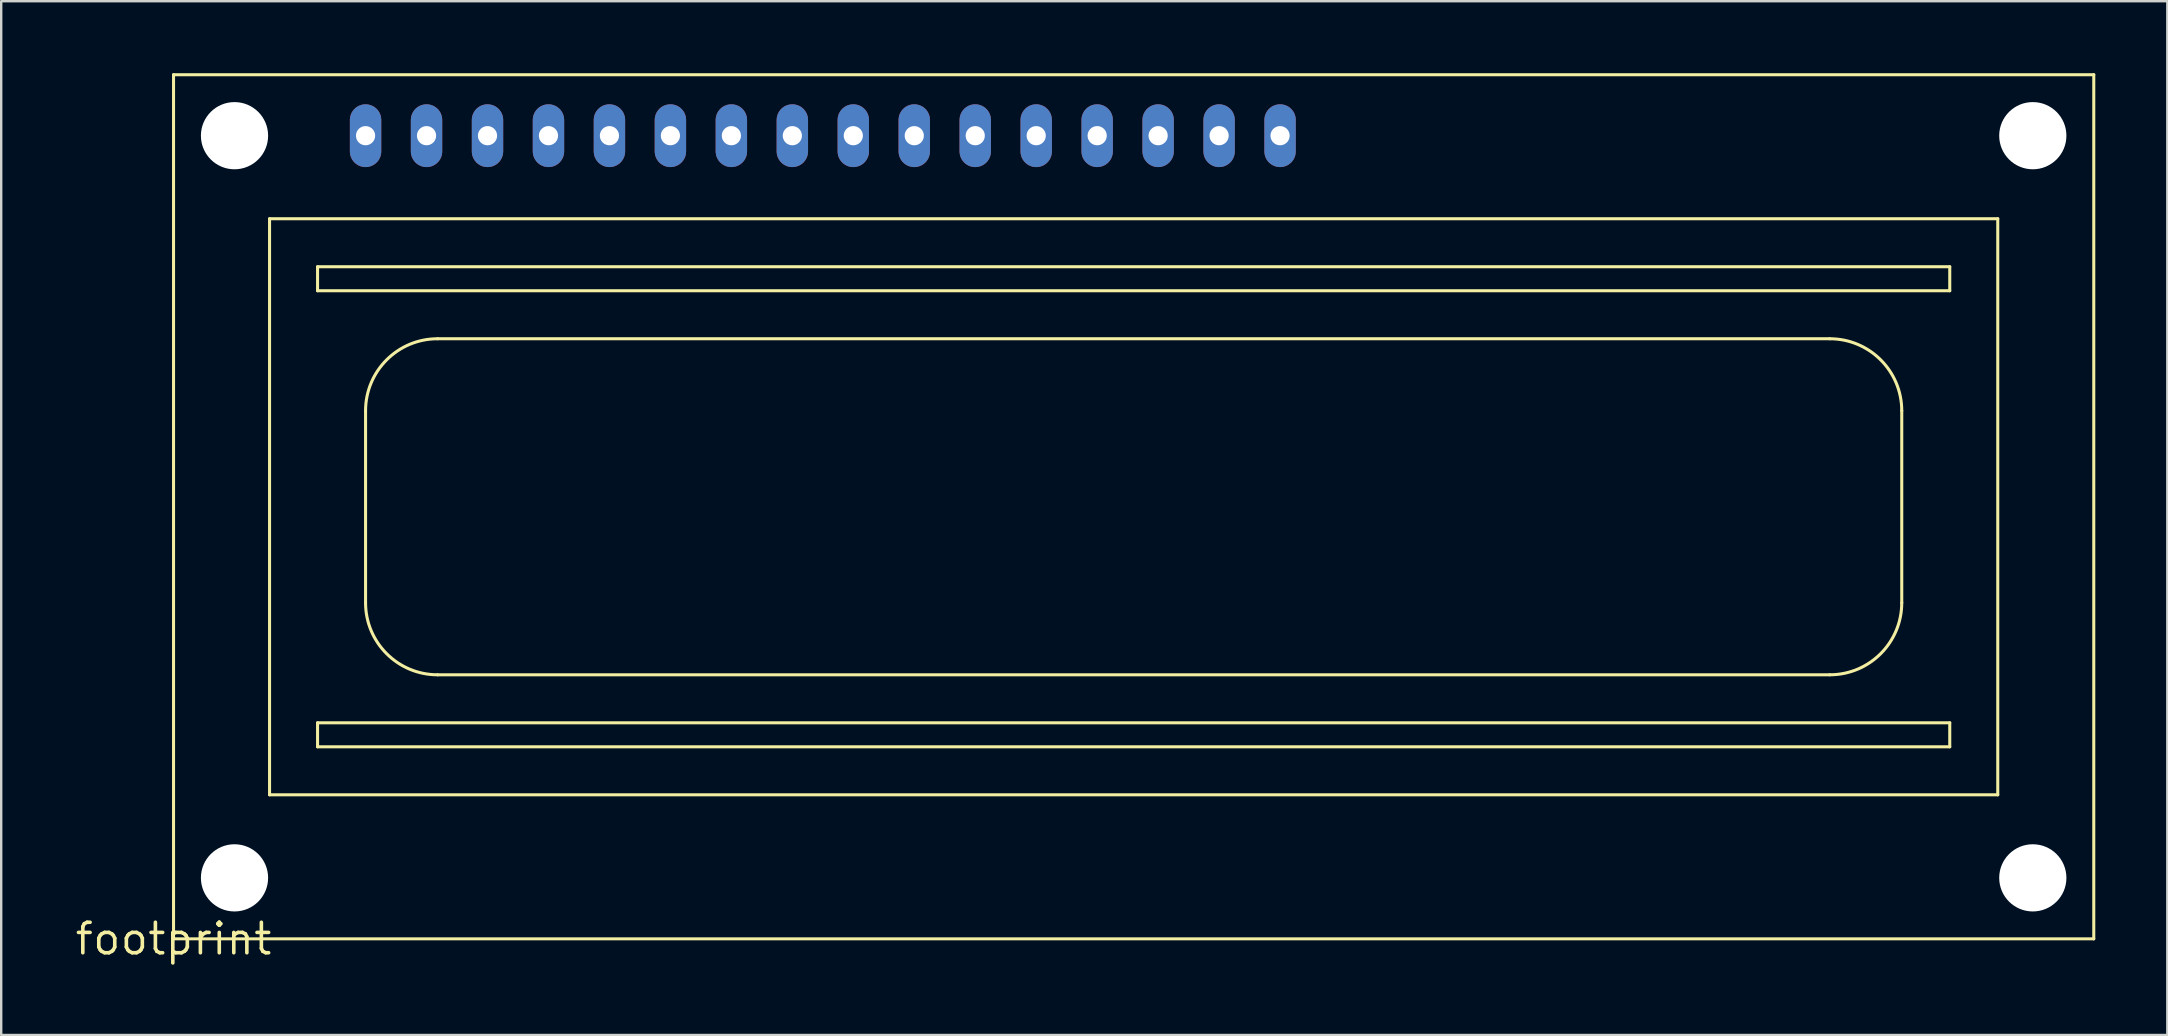
<source format=kicad_pcb>
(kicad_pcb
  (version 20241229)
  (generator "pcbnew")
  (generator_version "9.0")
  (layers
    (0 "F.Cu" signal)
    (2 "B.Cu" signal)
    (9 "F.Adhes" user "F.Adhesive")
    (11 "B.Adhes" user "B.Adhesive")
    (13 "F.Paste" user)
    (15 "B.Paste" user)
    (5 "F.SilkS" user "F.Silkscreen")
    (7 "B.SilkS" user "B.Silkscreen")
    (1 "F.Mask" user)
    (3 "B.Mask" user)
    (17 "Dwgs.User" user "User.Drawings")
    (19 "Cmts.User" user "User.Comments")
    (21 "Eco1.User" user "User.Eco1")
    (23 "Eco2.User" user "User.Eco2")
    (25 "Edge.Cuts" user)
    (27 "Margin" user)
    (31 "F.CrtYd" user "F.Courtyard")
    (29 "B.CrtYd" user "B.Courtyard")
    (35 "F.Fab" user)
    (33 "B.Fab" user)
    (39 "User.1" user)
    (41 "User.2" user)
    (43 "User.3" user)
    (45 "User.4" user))
  (footprint "footprint"
    (layer "F.Cu")
    (at 4.18 36.063)
    (property "Reference" "footprint" (at 0 0 0) (layer "F.SilkS") (effects (font (size 1.27 1.27) (thickness 0.15))))
    (fp_line (start 0 -36) (end 0 0) (stroke (width 0.127) (type solid)) (layer "F.SilkS"))
    (fp_line (start 0 0) (end 80 0) (stroke (width 0.127) (type solid)) (layer "F.SilkS"))
    (fp_line (start 4 -30) (end 76 -30) (stroke (width 0.127) (type solid)) (layer "F.SilkS"))
    (fp_line (start 4 -6) (end 4 -30) (stroke (width 0.127) (type solid)) (layer "F.SilkS"))
    (fp_line (start 6 -28) (end 74 -28) (stroke (width 0.127) (type solid)) (layer "F.SilkS"))
    (fp_line (start 6 -27) (end 6 -28) (stroke (width 0.127) (type solid)) (layer "F.SilkS"))
    (fp_line (start 6 -9) (end 6 -8) (stroke (width 0.127) (type solid)) (layer "F.SilkS"))
    (fp_line (start 6 -8) (end 74 -8) (stroke (width 0.127) (type solid)) (layer "F.SilkS"))
    (fp_line (start 8 -22) (end 8 -14) (stroke (width 0.127) (type solid)) (layer "F.SilkS"))
    (fp_line (start 11 -11) (end 69 -11) (stroke (width 0.127) (type solid)) (layer "F.SilkS"))
    (fp_line (start 69 -25) (end 11 -25) (stroke (width 0.127) (type solid)) (layer "F.SilkS"))
    (fp_line (start 72 -14) (end 72 -22) (stroke (width 0.127) (type solid)) (layer "F.SilkS"))
    (fp_line (start 74 -28) (end 74 -27) (stroke (width 0.127) (type solid)) (layer "F.SilkS"))
    (fp_line (start 74 -27) (end 6 -27) (stroke (width 0.127) (type solid)) (layer "F.SilkS"))
    (fp_line (start 74 -9) (end 6 -9) (stroke (width 0.127) (type solid)) (layer "F.SilkS"))
    (fp_line (start 74 -8) (end 74 -9) (stroke (width 0.127) (type solid)) (layer "F.SilkS"))
    (fp_line (start 76 -30) (end 76 -6) (stroke (width 0.127) (type solid)) (layer "F.SilkS"))
    (fp_line (start 76 -6) (end 4 -6) (stroke (width 0.127) (type solid)) (layer "F.SilkS"))
    (fp_line (start 80 -36) (end 0 -36) (stroke (width 0.127) (type solid)) (layer "F.SilkS"))
    (fp_line (start 80 0) (end 80 -36) (stroke (width 0.127) (type solid)) (layer "F.SilkS"))
    (fp_arc (start 8 -22) (mid 8.87868 -24.12132) (end 11 -25) (stroke (width 0.127) (type solid)) (layer "F.SilkS"))
    (fp_arc (start 11 -11) (mid 8.87868 -11.87868) (end 8 -14) (stroke (width 0.127) (type solid)) (layer "F.SilkS"))
    (fp_arc (start 69 -25) (mid 71.12132 -24.12132) (end 72 -22) (stroke (width 0.127) (type solid)) (layer "F.SilkS"))
    (fp_arc (start 72 -14) (mid 71.12132 -11.87868) (end 69 -11) (stroke (width 0.127) (type solid)) (layer "F.SilkS"))
    (pad "" np_thru_hole circle (at 2.54 -33.46) (size 2.8 2.8) (drill 2.8) (layers "*.Cu" "*.Mask"))
    (pad "" np_thru_hole circle (at 2.54 -2.54) (size 2.8 2.8) (drill 2.8) (layers "*.Cu" "*.Mask"))
    (pad "" np_thru_hole circle (at 77.46 -33.46) (size 2.8 2.8) (drill 2.8) (layers "*.Cu" "*.Mask"))
    (pad "" np_thru_hole circle (at 77.46 -2.54) (size 2.8 2.8) (drill 2.8) (layers "*.Cu" "*.Mask"))
    (pad "1" thru_hole oval (at 8 -33.46 90) (size 2.616 1.308) (drill 0.8) (layers "*.Cu" "*.Mask"))
    (pad "2" thru_hole oval (at 10.54 -33.46 90) (size 2.616 1.308) (drill 0.8) (layers "*.Cu" "*.Mask"))
    (pad "3" thru_hole oval (at 13.08 -33.46 90) (size 2.616 1.308) (drill 0.8) (layers "*.Cu" "*.Mask"))
    (pad "4" thru_hole oval (at 15.62 -33.46 90) (size 2.616 1.308) (drill 0.8) (layers "*.Cu" "*.Mask"))
    (pad "5" thru_hole oval (at 18.16 -33.46 90) (size 2.616 1.308) (drill 0.8) (layers "*.Cu" "*.Mask"))
    (pad "6" thru_hole oval (at 20.7 -33.46 90) (size 2.616 1.308) (drill 0.8) (layers "*.Cu" "*.Mask"))
    (pad "7" thru_hole oval (at 23.24 -33.46 90) (size 2.616 1.308) (drill 0.8) (layers "*.Cu" "*.Mask"))
    (pad "8" thru_hole oval (at 25.78 -33.46 90) (size 2.616 1.308) (drill 0.8) (layers "*.Cu" "*.Mask"))
    (pad "9" thru_hole oval (at 28.32 -33.46 90) (size 2.616 1.308) (drill 0.8) (layers "*.Cu" "*.Mask"))
    (pad "10" thru_hole oval (at 30.86 -33.46 90) (size 2.616 1.308) (drill 0.8) (layers "*.Cu" "*.Mask"))
    (pad "11" thru_hole oval (at 33.4 -33.46 90) (size 2.616 1.308) (drill 0.8) (layers "*.Cu" "*.Mask"))
    (pad "12" thru_hole oval (at 35.94 -33.46 90) (size 2.616 1.308) (drill 0.8) (layers "*.Cu" "*.Mask"))
    (pad "13" thru_hole oval (at 38.48 -33.46 90) (size 2.616 1.308) (drill 0.8) (layers "*.Cu" "*.Mask"))
    (pad "14" thru_hole oval (at 41.02 -33.46 90) (size 2.616 1.308) (drill 0.8) (layers "*.Cu" "*.Mask"))
    (pad "15" thru_hole oval (at 43.56 -33.46 90) (size 2.616 1.308) (drill 0.8) (layers "*.Cu" "*.Mask"))
    (pad "16" thru_hole oval (at 46.1 -33.46 90) (size 2.616 1.308) (drill 0.8) (layers "*.Cu" "*.Mask")))
  (gr_rect
    (start -3 -3)
    (end 87.244 40.07)
    (stroke (width 0.1) (type default))
    (fill no)
    (layer "Edge.Cuts")))
</source>
